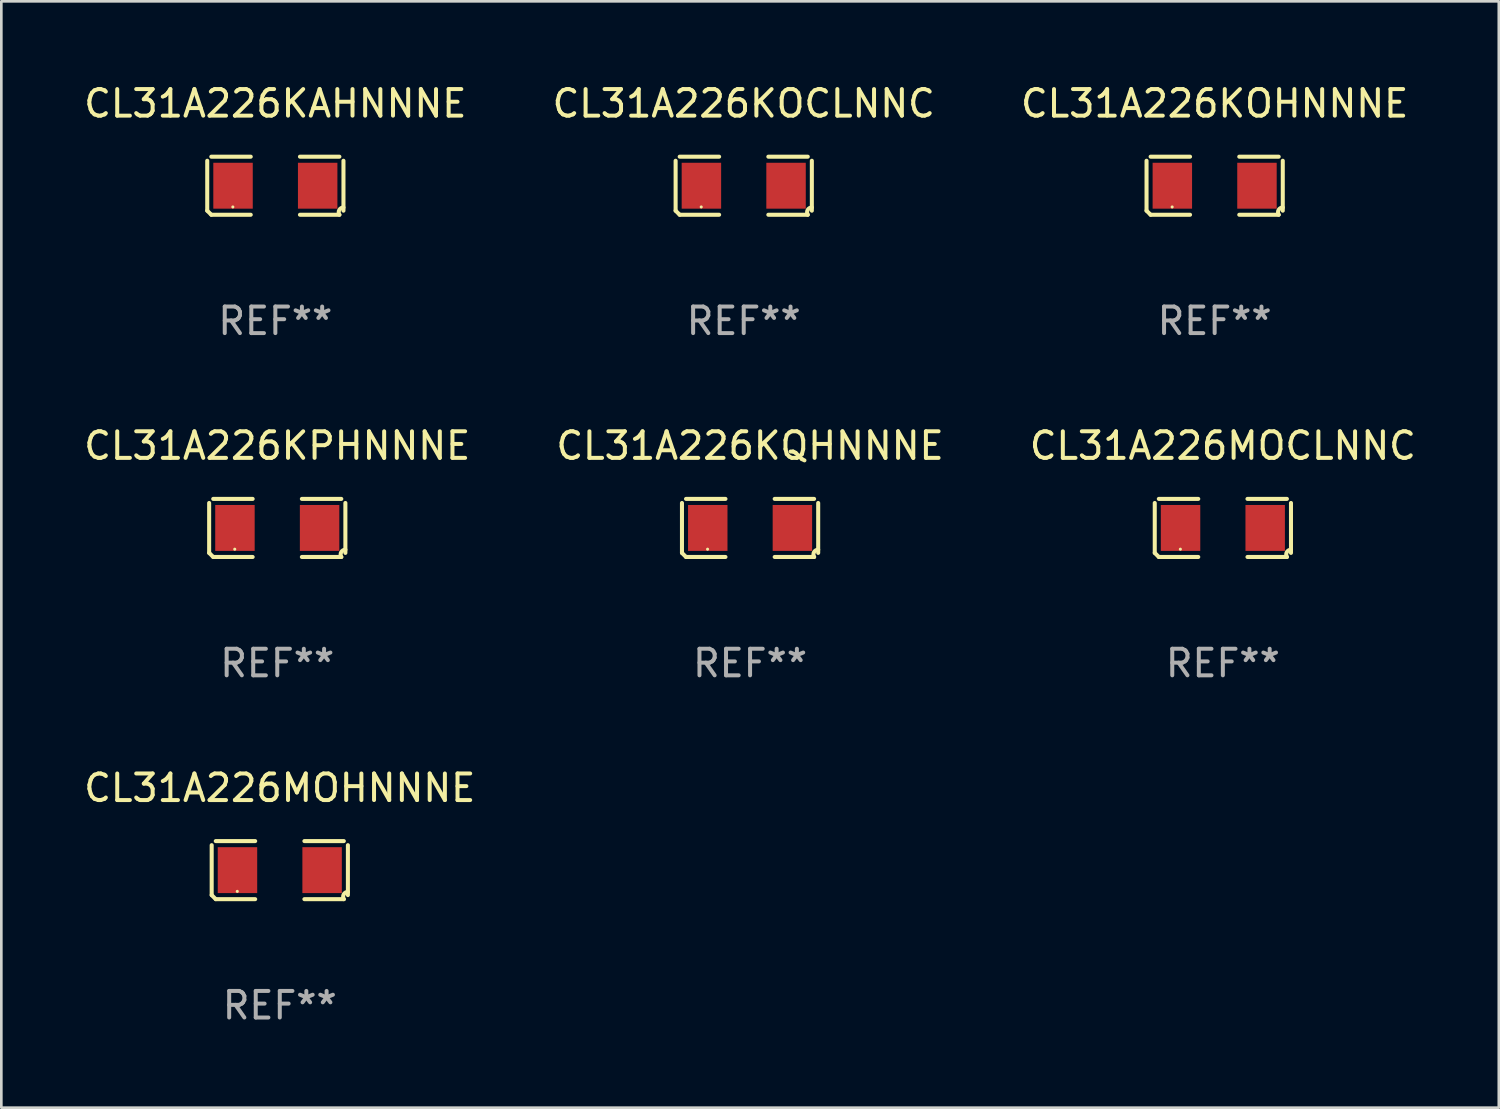
<source format=kicad_pcb>
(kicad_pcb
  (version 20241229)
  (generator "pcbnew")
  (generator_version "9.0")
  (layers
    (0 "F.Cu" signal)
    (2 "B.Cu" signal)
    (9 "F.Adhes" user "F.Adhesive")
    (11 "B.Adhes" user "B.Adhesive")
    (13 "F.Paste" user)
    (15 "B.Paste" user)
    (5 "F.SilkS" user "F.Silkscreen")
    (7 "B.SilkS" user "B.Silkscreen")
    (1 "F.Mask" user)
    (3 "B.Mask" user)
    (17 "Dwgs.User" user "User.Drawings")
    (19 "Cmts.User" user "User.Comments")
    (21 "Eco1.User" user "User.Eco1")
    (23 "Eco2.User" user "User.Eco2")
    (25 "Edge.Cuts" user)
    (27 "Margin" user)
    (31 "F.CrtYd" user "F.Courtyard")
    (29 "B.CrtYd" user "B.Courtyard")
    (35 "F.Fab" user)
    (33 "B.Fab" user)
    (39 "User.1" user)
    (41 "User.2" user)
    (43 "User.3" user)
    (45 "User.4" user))
  (footprint "CL31A226KOCLNNC"
    (layer "F.Cu")
    (at 24.946 3.941)
    (property "Reference" "CL31A226KOCLNNC" (at 0 -3.093 0) (layer "F.SilkS") (effects (font (size 1 1) (thickness 0.15))))
    (attr through_hole)
    (fp_line (start -2.564 0.94) (end -2.564 -0.94) (stroke (width 0.152) (type solid)) (layer "F.SilkS"))
    (fp_line (start -2.411 -1.093) (end -0.926 -1.093) (stroke (width 0.152) (type solid)) (layer "F.SilkS"))
    (fp_line (start -0.926 1.093) (end -2.411 1.093) (stroke (width 0.152) (type solid)) (layer "F.SilkS"))
    (fp_line (start 0.926 1.093) (end 2.411 1.093) (stroke (width 0.152) (type solid)) (layer "F.SilkS"))
    (fp_line (start 2.411 -1.093) (end 0.926 -1.093) (stroke (width 0.152) (type solid)) (layer "F.SilkS"))
    (fp_line (start 2.564 0.94) (end 2.564 -0.94) (stroke (width 0.152) (type solid)) (layer "F.SilkS"))
    (fp_arc (start -2.411201 1.092609) (mid -2.487413 1.01642) (end -2.563602 0.940208) (stroke (width 0.1524) (type solid)) (layer "F.SilkS"))
    (fp_arc (start 2.411201 1.092609) (mid 2.407159 0.911226) (end 2.563602 0.819347) (stroke (width 0.1524) (type solid)) (layer "F.SilkS"))
    (fp_circle (center -1.6 0.8) (end -1.57 0.8) (stroke (width 0.06) (type solid)) (fill no) (layer "F.SilkS"))
    (fp_text user "REF**" (at 0 5.093 0) (layer "F.Fab") (effects (font (size 1 1) (thickness 0.15))))
    (pad "1" smd rect (at -1.593 0) (size 1.485 1.728) (layers "F.Cu" "F.Mask" "F.Paste"))
    (pad "2" smd rect (at 1.593 0) (size 1.485 1.728) (layers "F.Cu" "F.Mask" "F.Paste")))
  (footprint "CL31A226KOHNNNE"
    (layer "F.Cu")
    (at 42.673 3.941)
    (property "Reference" "CL31A226KOHNNNE" (at 0 -3.093 0) (layer "F.SilkS") (effects (font (size 1 1) (thickness 0.15))))
    (attr through_hole)
    (fp_line (start -2.564 0.94) (end -2.564 -0.94) (stroke (width 0.152) (type solid)) (layer "F.SilkS"))
    (fp_line (start -2.411 -1.093) (end -0.926 -1.093) (stroke (width 0.152) (type solid)) (layer "F.SilkS"))
    (fp_line (start -0.926 1.093) (end -2.411 1.093) (stroke (width 0.152) (type solid)) (layer "F.SilkS"))
    (fp_line (start 0.926 1.093) (end 2.411 1.093) (stroke (width 0.152) (type solid)) (layer "F.SilkS"))
    (fp_line (start 2.411 -1.093) (end 0.926 -1.093) (stroke (width 0.152) (type solid)) (layer "F.SilkS"))
    (fp_line (start 2.564 0.94) (end 2.564 -0.94) (stroke (width 0.152) (type solid)) (layer "F.SilkS"))
    (fp_arc (start -2.411201 1.092609) (mid -2.487413 1.01642) (end -2.563602 0.940208) (stroke (width 0.1524) (type solid)) (layer "F.SilkS"))
    (fp_arc (start 2.411201 1.092609) (mid 2.407159 0.911226) (end 2.563602 0.819347) (stroke (width 0.1524) (type solid)) (layer "F.SilkS"))
    (fp_circle (center -1.6 0.8) (end -1.57 0.8) (stroke (width 0.06) (type solid)) (fill no) (layer "F.SilkS"))
    (fp_text user "REF**" (at 0 5.093 0) (layer "F.Fab") (effects (font (size 1 1) (thickness 0.15))))
    (pad "1" smd rect (at -1.593 0) (size 1.485 1.728) (layers "F.Cu" "F.Mask" "F.Paste"))
    (pad "2" smd rect (at 1.593 0) (size 1.485 1.728) (layers "F.Cu" "F.Mask" "F.Paste")))
  (footprint "CL31A226KAHNNNE"
    (layer "F.Cu")
    (at 7.315 3.941)
    (property "Reference" "CL31A226KAHNNNE" (at 0 -3.093 0) (layer "F.SilkS") (effects (font (size 1 1) (thickness 0.15))))
    (attr through_hole)
    (fp_line (start -2.564 0.94) (end -2.564 -0.94) (stroke (width 0.152) (type solid)) (layer "F.SilkS"))
    (fp_line (start -2.411 -1.093) (end -0.926 -1.093) (stroke (width 0.152) (type solid)) (layer "F.SilkS"))
    (fp_line (start -0.926 1.093) (end -2.411 1.093) (stroke (width 0.152) (type solid)) (layer "F.SilkS"))
    (fp_line (start 0.926 1.093) (end 2.411 1.093) (stroke (width 0.152) (type solid)) (layer "F.SilkS"))
    (fp_line (start 2.411 -1.093) (end 0.926 -1.093) (stroke (width 0.152) (type solid)) (layer "F.SilkS"))
    (fp_line (start 2.564 0.94) (end 2.564 -0.94) (stroke (width 0.152) (type solid)) (layer "F.SilkS"))
    (fp_arc (start -2.411201 1.092609) (mid -2.487413 1.01642) (end -2.563602 0.940208) (stroke (width 0.1524) (type solid)) (layer "F.SilkS"))
    (fp_arc (start 2.411201 1.092609) (mid 2.407159 0.911226) (end 2.563602 0.819347) (stroke (width 0.1524) (type solid)) (layer "F.SilkS"))
    (fp_circle (center -1.6 0.8) (end -1.57 0.8) (stroke (width 0.06) (type solid)) (fill no) (layer "F.SilkS"))
    (fp_text user "REF**" (at 0 5.093 0) (layer "F.Fab") (effects (font (size 1 1) (thickness 0.15))))
    (pad "1" smd rect (at -1.593 0) (size 1.485 1.728) (layers "F.Cu" "F.Mask" "F.Paste"))
    (pad "2" smd rect (at 1.593 0) (size 1.485 1.728) (layers "F.Cu" "F.Mask" "F.Paste")))
  (footprint "CL31A226MOHNNNE"
    (layer "F.Cu")
    (at 7.482 29.704)
    (property "Reference" "CL31A226MOHNNNE" (at 0 -3.093 0) (layer "F.SilkS") (effects (font (size 1 1) (thickness 0.15))))
    (attr through_hole)
    (fp_line (start -2.564 0.94) (end -2.564 -0.94) (stroke (width 0.152) (type solid)) (layer "F.SilkS"))
    (fp_line (start -2.411 -1.093) (end -0.926 -1.093) (stroke (width 0.152) (type solid)) (layer "F.SilkS"))
    (fp_line (start -0.926 1.093) (end -2.411 1.093) (stroke (width 0.152) (type solid)) (layer "F.SilkS"))
    (fp_line (start 0.926 1.093) (end 2.411 1.093) (stroke (width 0.152) (type solid)) (layer "F.SilkS"))
    (fp_line (start 2.411 -1.093) (end 0.926 -1.093) (stroke (width 0.152) (type solid)) (layer "F.SilkS"))
    (fp_line (start 2.564 0.94) (end 2.564 -0.94) (stroke (width 0.152) (type solid)) (layer "F.SilkS"))
    (fp_arc (start -2.411201 1.092609) (mid -2.487413 1.01642) (end -2.563602 0.940208) (stroke (width 0.1524) (type solid)) (layer "F.SilkS"))
    (fp_arc (start 2.411201 1.092609) (mid 2.407159 0.911226) (end 2.563602 0.819347) (stroke (width 0.1524) (type solid)) (layer "F.SilkS"))
    (fp_circle (center -1.6 0.8) (end -1.57 0.8) (stroke (width 0.06) (type solid)) (fill no) (layer "F.SilkS"))
    (fp_text user "REF**" (at 0 5.093 0) (layer "F.Fab") (effects (font (size 1 1) (thickness 0.15))))
    (pad "1" smd rect (at -1.593 0) (size 1.485 1.728) (layers "F.Cu" "F.Mask" "F.Paste"))
    (pad "2" smd rect (at 1.593 0) (size 1.485 1.728) (layers "F.Cu" "F.Mask" "F.Paste")))
  (footprint "CL31A226MOCLNNC"
    (layer "F.Cu")
    (at 42.982 16.823)
    (property "Reference" "CL31A226MOCLNNC" (at 0 -3.093 0) (layer "F.SilkS") (effects (font (size 1 1) (thickness 0.15))))
    (attr through_hole)
    (fp_line (start -2.564 0.94) (end -2.564 -0.94) (stroke (width 0.152) (type solid)) (layer "F.SilkS"))
    (fp_line (start -2.411 -1.093) (end -0.926 -1.093) (stroke (width 0.152) (type solid)) (layer "F.SilkS"))
    (fp_line (start -0.926 1.093) (end -2.411 1.093) (stroke (width 0.152) (type solid)) (layer "F.SilkS"))
    (fp_line (start 0.926 1.093) (end 2.411 1.093) (stroke (width 0.152) (type solid)) (layer "F.SilkS"))
    (fp_line (start 2.411 -1.093) (end 0.926 -1.093) (stroke (width 0.152) (type solid)) (layer "F.SilkS"))
    (fp_line (start 2.564 0.94) (end 2.564 -0.94) (stroke (width 0.152) (type solid)) (layer "F.SilkS"))
    (fp_arc (start -2.411201 1.092609) (mid -2.487413 1.01642) (end -2.563602 0.940208) (stroke (width 0.1524) (type solid)) (layer "F.SilkS"))
    (fp_arc (start 2.411201 1.092609) (mid 2.407159 0.911226) (end 2.563602 0.819347) (stroke (width 0.1524) (type solid)) (layer "F.SilkS"))
    (fp_circle (center -1.6 0.8) (end -1.57 0.8) (stroke (width 0.06) (type solid)) (fill no) (layer "F.SilkS"))
    (fp_text user "REF**" (at 0 5.093 0) (layer "F.Fab") (effects (font (size 1 1) (thickness 0.15))))
    (pad "1" smd rect (at -1.593 0) (size 1.485 1.728) (layers "F.Cu" "F.Mask" "F.Paste"))
    (pad "2" smd rect (at 1.593 0) (size 1.485 1.728) (layers "F.Cu" "F.Mask" "F.Paste")))
  (footprint "CL31A226KPHNNNE"
    (layer "F.Cu")
    (at 7.387 16.823)
    (property "Reference" "CL31A226KPHNNNE" (at 0 -3.093 0) (layer "F.SilkS") (effects (font (size 1 1) (thickness 0.15))))
    (attr through_hole)
    (fp_line (start -2.564 0.94) (end -2.564 -0.94) (stroke (width 0.152) (type solid)) (layer "F.SilkS"))
    (fp_line (start -2.411 -1.093) (end -0.926 -1.093) (stroke (width 0.152) (type solid)) (layer "F.SilkS"))
    (fp_line (start -0.926 1.093) (end -2.411 1.093) (stroke (width 0.152) (type solid)) (layer "F.SilkS"))
    (fp_line (start 0.926 1.093) (end 2.411 1.093) (stroke (width 0.152) (type solid)) (layer "F.SilkS"))
    (fp_line (start 2.411 -1.093) (end 0.926 -1.093) (stroke (width 0.152) (type solid)) (layer "F.SilkS"))
    (fp_line (start 2.564 0.94) (end 2.564 -0.94) (stroke (width 0.152) (type solid)) (layer "F.SilkS"))
    (fp_arc (start -2.411201 1.092609) (mid -2.487413 1.01642) (end -2.563602 0.940208) (stroke (width 0.1524) (type solid)) (layer "F.SilkS"))
    (fp_arc (start 2.411201 1.092609) (mid 2.407159 0.911226) (end 2.563602 0.819347) (stroke (width 0.1524) (type solid)) (layer "F.SilkS"))
    (fp_circle (center -1.6 0.8) (end -1.57 0.8) (stroke (width 0.06) (type solid)) (fill no) (layer "F.SilkS"))
    (fp_text user "REF**" (at 0 5.093 0) (layer "F.Fab") (effects (font (size 1 1) (thickness 0.15))))
    (pad "1" smd rect (at -1.593 0) (size 1.485 1.728) (layers "F.Cu" "F.Mask" "F.Paste"))
    (pad "2" smd rect (at 1.593 0) (size 1.485 1.728) (layers "F.Cu" "F.Mask" "F.Paste")))
  (footprint "CL31A226KQHNNNE"
    (layer "F.Cu")
    (at 25.185 16.823)
    (property "Reference" "CL31A226KQHNNNE" (at 0 -3.093 0) (layer "F.SilkS") (effects (font (size 1 1) (thickness 0.15))))
    (attr through_hole)
    (fp_line (start -2.564 0.94) (end -2.564 -0.94) (stroke (width 0.152) (type solid)) (layer "F.SilkS"))
    (fp_line (start -2.411 -1.093) (end -0.926 -1.093) (stroke (width 0.152) (type solid)) (layer "F.SilkS"))
    (fp_line (start -0.926 1.093) (end -2.411 1.093) (stroke (width 0.152) (type solid)) (layer "F.SilkS"))
    (fp_line (start 0.926 1.093) (end 2.411 1.093) (stroke (width 0.152) (type solid)) (layer "F.SilkS"))
    (fp_line (start 2.411 -1.093) (end 0.926 -1.093) (stroke (width 0.152) (type solid)) (layer "F.SilkS"))
    (fp_line (start 2.564 0.94) (end 2.564 -0.94) (stroke (width 0.152) (type solid)) (layer "F.SilkS"))
    (fp_arc (start -2.411201 1.092609) (mid -2.487413 1.01642) (end -2.563602 0.940208) (stroke (width 0.1524) (type solid)) (layer "F.SilkS"))
    (fp_arc (start 2.411201 1.092609) (mid 2.407159 0.911226) (end 2.563602 0.819347) (stroke (width 0.1524) (type solid)) (layer "F.SilkS"))
    (fp_circle (center -1.6 0.8) (end -1.57 0.8) (stroke (width 0.06) (type solid)) (fill no) (layer "F.SilkS"))
    (fp_text user "REF**" (at 0 5.093 0) (layer "F.Fab") (effects (font (size 1 1) (thickness 0.15))))
    (pad "1" smd rect (at -1.593 0) (size 1.485 1.728) (layers "F.Cu" "F.Mask" "F.Paste"))
    (pad "2" smd rect (at 1.593 0) (size 1.485 1.728) (layers "F.Cu" "F.Mask" "F.Paste")))
  (gr_rect
    (start -3 -3)
    (end 53.369 38.645)
    (stroke (width 0.1) (type default))
    (fill no)
    (layer "Edge.Cuts")))
</source>
